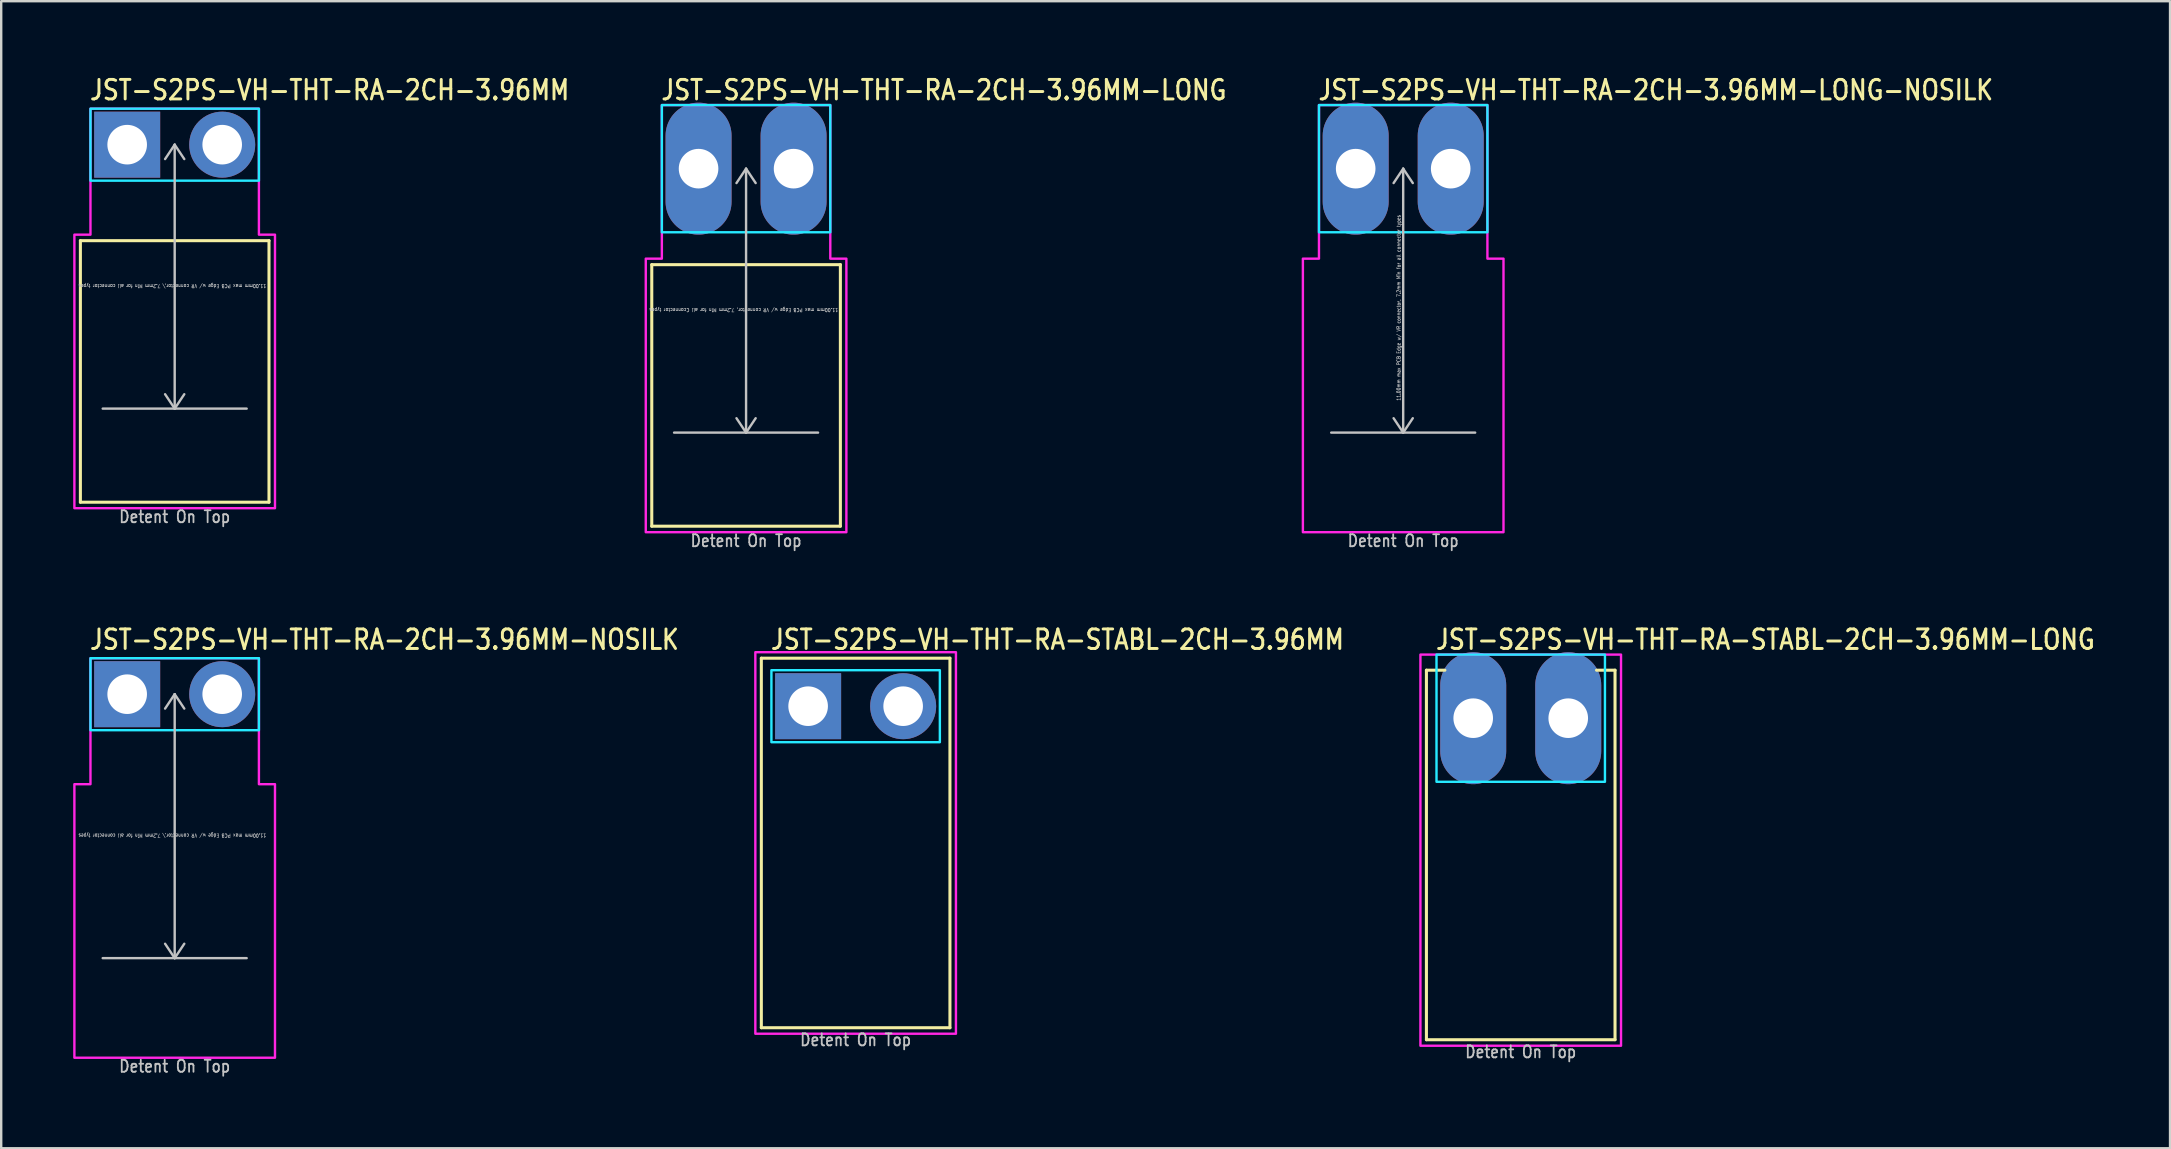
<source format=kicad_pcb>
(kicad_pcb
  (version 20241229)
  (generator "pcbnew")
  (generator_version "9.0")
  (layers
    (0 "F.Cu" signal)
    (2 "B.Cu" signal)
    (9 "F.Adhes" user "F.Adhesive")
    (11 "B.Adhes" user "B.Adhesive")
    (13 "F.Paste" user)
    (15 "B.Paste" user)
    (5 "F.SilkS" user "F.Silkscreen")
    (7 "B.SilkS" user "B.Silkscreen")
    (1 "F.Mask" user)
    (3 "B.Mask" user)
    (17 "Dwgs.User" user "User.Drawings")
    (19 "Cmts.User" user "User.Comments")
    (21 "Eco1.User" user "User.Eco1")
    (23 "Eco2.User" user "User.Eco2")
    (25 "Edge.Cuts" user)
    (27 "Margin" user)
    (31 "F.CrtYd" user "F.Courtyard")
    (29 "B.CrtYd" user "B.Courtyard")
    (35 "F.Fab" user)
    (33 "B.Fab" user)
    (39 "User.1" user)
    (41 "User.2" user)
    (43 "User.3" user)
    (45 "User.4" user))
  (footprint "JST-S2PS-VH-THT-RA-2CH-3.96MM-LONG-NOSILK"
    (layer "F.Cu")
    (at 55.427 3.979)
    (property "Reference" "JST-S2PS-VH-THT-RA-2CH-3.96MM-LONG-NOSILK" (at -3.6 -2.8 0) (unlocked yes) (layer "F.SilkS") (effects (font (size 0.813 0.695) (thickness 0.122)) (justify left bottom)))
    (fp_line (start -3 11) (end 3 11) (stroke (width 0.1) (type solid)) (layer "Dwgs.User"))
    (fp_line (start 0 0) (end -0.4 0.6) (stroke (width 0.1) (type solid)) (layer "Dwgs.User"))
    (fp_line (start 0 0) (end 0 11) (stroke (width 0.1) (type solid)) (layer "Dwgs.User"))
    (fp_line (start 0 0) (end 0.4 0.6) (stroke (width 0.1) (type solid)) (layer "Dwgs.User"))
    (fp_line (start 0 11) (end -0.4 10.4) (stroke (width 0.1) (type solid)) (layer "Dwgs.User"))
    (fp_line (start 0 11) (end 0.4 10.4) (stroke (width 0.1) (type solid)) (layer "Dwgs.User"))
    (fp_poly (pts (xy -3.51 -2.65) (xy -3.51 2.65) (xy 3.51 2.65) (xy 3.51 -2.65)) (stroke (width 0.1) (type solid)) (fill no) (layer "B.CrtYd"))
    (fp_poly (pts (xy -4.18 3.75) (xy -4.18 15.15) (xy 4.18 15.15) (xy 4.18 3.75) (xy 3.51 3.75) (xy 3.51 -2.65) (xy -3.51 -2.65) (xy -3.51 3.75)) (stroke (width 0.1) (type solid)) (fill no) (layer "F.CrtYd"))
    (fp_text user "11.00mm max PCB Edge w/ VR connector, 7.2mm Min for all connector types" (at -0.1 5.8 90) (unlocked yes) (layer "Dwgs.User") (effects (font (size 0.15 0.128) (thickness 0.022)) (justify bottom)))
    (fp_text user "Detent On Top" (at 0 15.8 0) (unlocked yes) (layer "Dwgs.User") (effects (font (size 0.5 0.427) (thickness 0.075)) (justify bottom)))
    (pad "P$1" thru_hole oval (at -1.98 0 90) (size 5.5 2.75) (drill 1.65) (layers "*.Cu" "*.Mask"))
    (pad "P$2" thru_hole oval (at 1.98 0 90) (size 5.5 2.75) (drill 1.65) (layers "*.Cu" "*.Mask")))
  (footprint "JST-S2PS-VH-THT-RA-STABL-2CH-3.96MM"
    (layer "F.Cu")
    (at 32.608 26.38)
    (property "Reference" "JST-S2PS-VH-THT-RA-STABL-2CH-3.96MM" (at -3.6 -2.3 0) (unlocked yes) (layer "F.SilkS") (effects (font (size 0.813 0.695) (thickness 0.122)) (justify left bottom)))
    (fp_line (start -3.93 -2) (end 3.93 -2) (stroke (width 0.127) (type solid)) (layer "F.SilkS"))
    (fp_line (start -3.93 13.4) (end -3.93 -2) (stroke (width 0.127) (type solid)) (layer "F.SilkS"))
    (fp_line (start -3.93 13.4) (end 3.93 13.4) (stroke (width 0.127) (type solid)) (layer "F.SilkS"))
    (fp_line (start 3.93 -2) (end 3.93 13.4) (stroke (width 0.127) (type solid)) (layer "F.SilkS"))
    (fp_poly (pts (xy -3.51 -1.5) (xy -3.51 1.5) (xy 3.51 1.5) (xy 3.51 -1.5)) (stroke (width 0.1) (type solid)) (fill no) (layer "B.CrtYd"))
    (fp_poly (pts (xy -4.18 13.65) (xy 4.18 13.65) (xy 4.18 -2.25) (xy -4.18 -2.25)) (stroke (width 0.1) (type solid)) (fill no) (layer "F.CrtYd"))
    (fp_text user "Detent On Top" (at 0 14.2 0) (unlocked yes) (layer "Dwgs.User") (effects (font (size 0.5 0.427) (thickness 0.075)) (justify bottom)))
    (pad "1" thru_hole rect (at -1.98 0) (size 2.75 2.75) (drill 1.65) (layers "*.Cu" "*.Mask"))
    (pad "2" thru_hole oval (at 1.98 0) (size 2.75 2.75) (drill 1.65) (layers "*.Cu" "*.Mask")))
  (footprint "JST-S2PS-VH-THT-RA-2CH-3.96MM"
    (layer "F.Cu")
    (at 4.23 2.979)
    (property "Reference" "JST-S2PS-VH-THT-RA-2CH-3.96MM" (at -3.6 -1.8 0) (unlocked yes) (layer "F.SilkS") (effects (font (size 0.813 0.695) (thickness 0.122)) (justify left bottom)))
    (fp_line (start -3.93 4) (end 3.93 4) (stroke (width 0.127) (type solid)) (layer "F.SilkS"))
    (fp_line (start -3.93 14.9) (end -3.93 4) (stroke (width 0.127) (type solid)) (layer "F.SilkS"))
    (fp_line (start -3.93 14.9) (end 3.93 14.9) (stroke (width 0.127) (type solid)) (layer "F.SilkS"))
    (fp_line (start 3.93 4) (end 3.93 14.9) (stroke (width 0.127) (type solid)) (layer "F.SilkS"))
    (fp_line (start -3 11) (end 3 11) (stroke (width 0.1) (type solid)) (layer "Dwgs.User"))
    (fp_line (start 0 0) (end -0.4 0.6) (stroke (width 0.1) (type solid)) (layer "Dwgs.User"))
    (fp_line (start 0 0) (end 0 11) (stroke (width 0.1) (type solid)) (layer "Dwgs.User"))
    (fp_line (start 0 0) (end 0.4 0.6) (stroke (width 0.1) (type solid)) (layer "Dwgs.User"))
    (fp_line (start 0 11) (end -0.4 10.4) (stroke (width 0.1) (type solid)) (layer "Dwgs.User"))
    (fp_line (start 0 11) (end 0.4 10.4) (stroke (width 0.1) (type solid)) (layer "Dwgs.User"))
    (fp_poly (pts (xy -3.51 -1.5) (xy -3.51 1.5) (xy 3.51 1.5) (xy 3.51 -1.5)) (stroke (width 0.1) (type solid)) (fill no) (layer "B.CrtYd"))
    (fp_poly (pts (xy -4.18 3.75) (xy -4.18 15.15) (xy 4.18 15.15) (xy 4.18 3.75) (xy 3.51 3.75) (xy 3.51 -1.5) (xy -3.51 -1.5) (xy -3.51 3.75)) (stroke (width 0.1) (type solid)) (fill no) (layer "F.CrtYd"))
    (fp_text user "11.00mm max PCB Edge w/ VR connector,\\ 7.2mm Min for all connector types" (at -0.1 5.8 180) (unlocked yes) (layer "Dwgs.User") (effects (font (size 0.15 0.128) (thickness 0.022)) (justify bottom)))
    (fp_text user "Detent On Top" (at 0 15.8 0) (unlocked yes) (layer "Dwgs.User") (effects (font (size 0.5 0.427) (thickness 0.075)) (justify bottom)))
    (pad "1" thru_hole rect (at -1.98 0) (size 2.75 2.75) (drill 1.65) (layers "*.Cu" "*.Mask"))
    (pad "2" thru_hole oval (at 1.98 0) (size 2.75 2.75) (drill 1.65) (layers "*.Cu" "*.Mask")))
  (footprint "JST-S2PS-VH-THT-RA-2CH-3.96MM-NOSILK"
    (layer "F.Cu")
    (at 4.23 25.88)
    (property "Reference" "JST-S2PS-VH-THT-RA-2CH-3.96MM-NOSILK" (at -3.6 -1.8 0) (unlocked yes) (layer "F.SilkS") (effects (font (size 0.813 0.695) (thickness 0.122)) (justify left bottom)))
    (fp_line (start -3 11) (end 3 11) (stroke (width 0.1) (type solid)) (layer "Dwgs.User"))
    (fp_line (start 0 0) (end -0.4 0.6) (stroke (width 0.1) (type solid)) (layer "Dwgs.User"))
    (fp_line (start 0 0) (end 0 11) (stroke (width 0.1) (type solid)) (layer "Dwgs.User"))
    (fp_line (start 0 0) (end 0.4 0.6) (stroke (width 0.1) (type solid)) (layer "Dwgs.User"))
    (fp_line (start 0 11) (end -0.4 10.4) (stroke (width 0.1) (type solid)) (layer "Dwgs.User"))
    (fp_line (start 0 11) (end 0.4 10.4) (stroke (width 0.1) (type solid)) (layer "Dwgs.User"))
    (fp_poly (pts (xy -3.51 -1.5) (xy -3.51 1.5) (xy 3.51 1.5) (xy 3.51 -1.5)) (stroke (width 0.1) (type solid)) (fill no) (layer "B.CrtYd"))
    (fp_poly (pts (xy -4.18 3.75) (xy -4.18 15.15) (xy 4.18 15.15) (xy 4.18 3.75) (xy 3.51 3.75) (xy 3.51 -1.5) (xy -3.51 -1.5) (xy -3.51 3.75)) (stroke (width 0.1) (type solid)) (fill no) (layer "F.CrtYd"))
    (fp_text user "Detent On Top" (at 0 15.8 0) (unlocked yes) (layer "Dwgs.User") (effects (font (size 0.5 0.427) (thickness 0.075)) (justify bottom)))
    (fp_text user "11.00mm max PCB Edge w/ VR connector,\\ 7.2mm Min for all connector types" (at -0.1 5.8 180) (unlocked yes) (layer "Dwgs.User") (effects (font (size 0.15 0.128) (thickness 0.022)) (justify bottom)))
    (pad "1" thru_hole rect (at -1.98 0) (size 2.75 2.75) (drill 1.65) (layers "*.Cu" "*.Mask"))
    (pad "2" thru_hole oval (at 1.98 0) (size 2.75 2.75) (drill 1.65) (layers "*.Cu" "*.Mask")))
  (footprint "JST-S2PS-VH-THT-RA-2CH-3.96MM-LONG"
    (layer "F.Cu")
    (at 28.042 3.979)
    (property "Reference" "JST-S2PS-VH-THT-RA-2CH-3.96MM-LONG" (at -3.6 -2.8 0) (unlocked yes) (layer "F.SilkS") (effects (font (size 0.813 0.695) (thickness 0.122)) (justify left bottom)))
    (fp_line (start -3.93 4) (end 3.93 4) (stroke (width 0.127) (type solid)) (layer "F.SilkS"))
    (fp_line (start -3.93 14.9) (end -3.93 4) (stroke (width 0.127) (type solid)) (layer "F.SilkS"))
    (fp_line (start -3.93 14.9) (end 3.93 14.9) (stroke (width 0.127) (type solid)) (layer "F.SilkS"))
    (fp_line (start 3.93 4) (end 3.93 14.9) (stroke (width 0.127) (type solid)) (layer "F.SilkS"))
    (fp_line (start -3 11) (end 3 11) (stroke (width 0.1) (type solid)) (layer "Dwgs.User"))
    (fp_line (start 0 0) (end -0.4 0.6) (stroke (width 0.1) (type solid)) (layer "Dwgs.User"))
    (fp_line (start 0 0) (end 0 11) (stroke (width 0.1) (type solid)) (layer "Dwgs.User"))
    (fp_line (start 0 0) (end 0.4 0.6) (stroke (width 0.1) (type solid)) (layer "Dwgs.User"))
    (fp_line (start 0 11) (end -0.4 10.4) (stroke (width 0.1) (type solid)) (layer "Dwgs.User"))
    (fp_line (start 0 11) (end 0.4 10.4) (stroke (width 0.1) (type solid)) (layer "Dwgs.User"))
    (fp_poly (pts (xy -3.51 -2.65) (xy -3.51 2.65) (xy 3.51 2.65) (xy 3.51 -2.65)) (stroke (width 0.1) (type solid)) (fill no) (layer "B.CrtYd"))
    (fp_poly (pts (xy -4.18 3.75) (xy -4.18 15.15) (xy 4.18 15.15) (xy 4.18 3.75) (xy 3.51 3.75) (xy 3.51 -2.65) (xy -3.51 -2.65) (xy -3.51 3.75)) (stroke (width 0.1) (type solid)) (fill no) (layer "F.CrtYd"))
    (fp_text user "Detent On Top" (at 0 15.8 0) (unlocked yes) (layer "Dwgs.User") (effects (font (size 0.5 0.427) (thickness 0.075)) (justify bottom)))
    (fp_text user "11.00mm max PCB Edge w/ VR connector, 7.2mm Min for all Cconnector types" (at -0.1 5.8 180) (unlocked yes) (layer "Dwgs.User") (effects (font (size 0.15 0.128) (thickness 0.022)) (justify bottom)))
    (pad "1" thru_hole oval (at -1.98 0 90) (size 5.5 2.75) (drill 1.65) (layers "*.Cu" "*.Mask"))
    (pad "2" thru_hole oval (at 1.98 0 90) (size 5.5 2.75) (drill 1.65) (layers "*.Cu" "*.Mask")))
  (footprint "JST-S2PS-VH-THT-RA-STABL-2CH-3.96MM-LONG"
    (layer "F.Cu")
    (at 60.325 26.88)
    (property "Reference" "JST-S2PS-VH-THT-RA-STABL-2CH-3.96MM-LONG" (at -3.6 -2.8 0) (unlocked yes) (layer "F.SilkS") (effects (font (size 0.813 0.695) (thickness 0.122)) (justify left bottom)))
    (fp_line (start -3.93 -2) (end -3.16 -2) (stroke (width 0.127) (type solid)) (layer "F.SilkS"))
    (fp_line (start -3.93 13.4) (end -3.93 -2) (stroke (width 0.127) (type solid)) (layer "F.SilkS"))
    (fp_line (start -3.93 13.4) (end 3.93 13.4) (stroke (width 0.127) (type solid)) (layer "F.SilkS"))
    (fp_line (start 3.93 -2) (end 3.16 -2) (stroke (width 0.127) (type solid)) (layer "F.SilkS"))
    (fp_line (start 3.93 -2) (end 3.93 13.4) (stroke (width 0.127) (type solid)) (layer "F.SilkS"))
    (fp_poly (pts (xy -3.51 -2.65) (xy -3.51 2.65) (xy 3.51 2.65) (xy 3.51 -2.65)) (stroke (width 0.1) (type solid)) (fill no) (layer "B.CrtYd"))
    (fp_poly (pts (xy -4.18 -2.65) (xy -4.18 13.65) (xy 4.18 13.65) (xy 4.18 -2.65)) (stroke (width 0.1) (type solid)) (fill no) (layer "F.CrtYd"))
    (fp_text user "Detent On Top" (at 0 14.2 0) (unlocked yes) (layer "Dwgs.User") (effects (font (size 0.5 0.427) (thickness 0.075)) (justify bottom)))
    (pad "1" thru_hole oval (at -1.98 0 90) (size 5.5 2.75) (drill 1.65) (layers "*.Cu" "*.Mask"))
    (pad "2" thru_hole oval (at 1.98 0 90) (size 5.5 2.75) (drill 1.65) (layers "*.Cu" "*.Mask")))
  (gr_rect
    (start -3 -3)
    (end 87.385 44.804)
    (stroke (width 0.1) (type default))
    (fill no)
    (layer "Edge.Cuts")))
</source>
